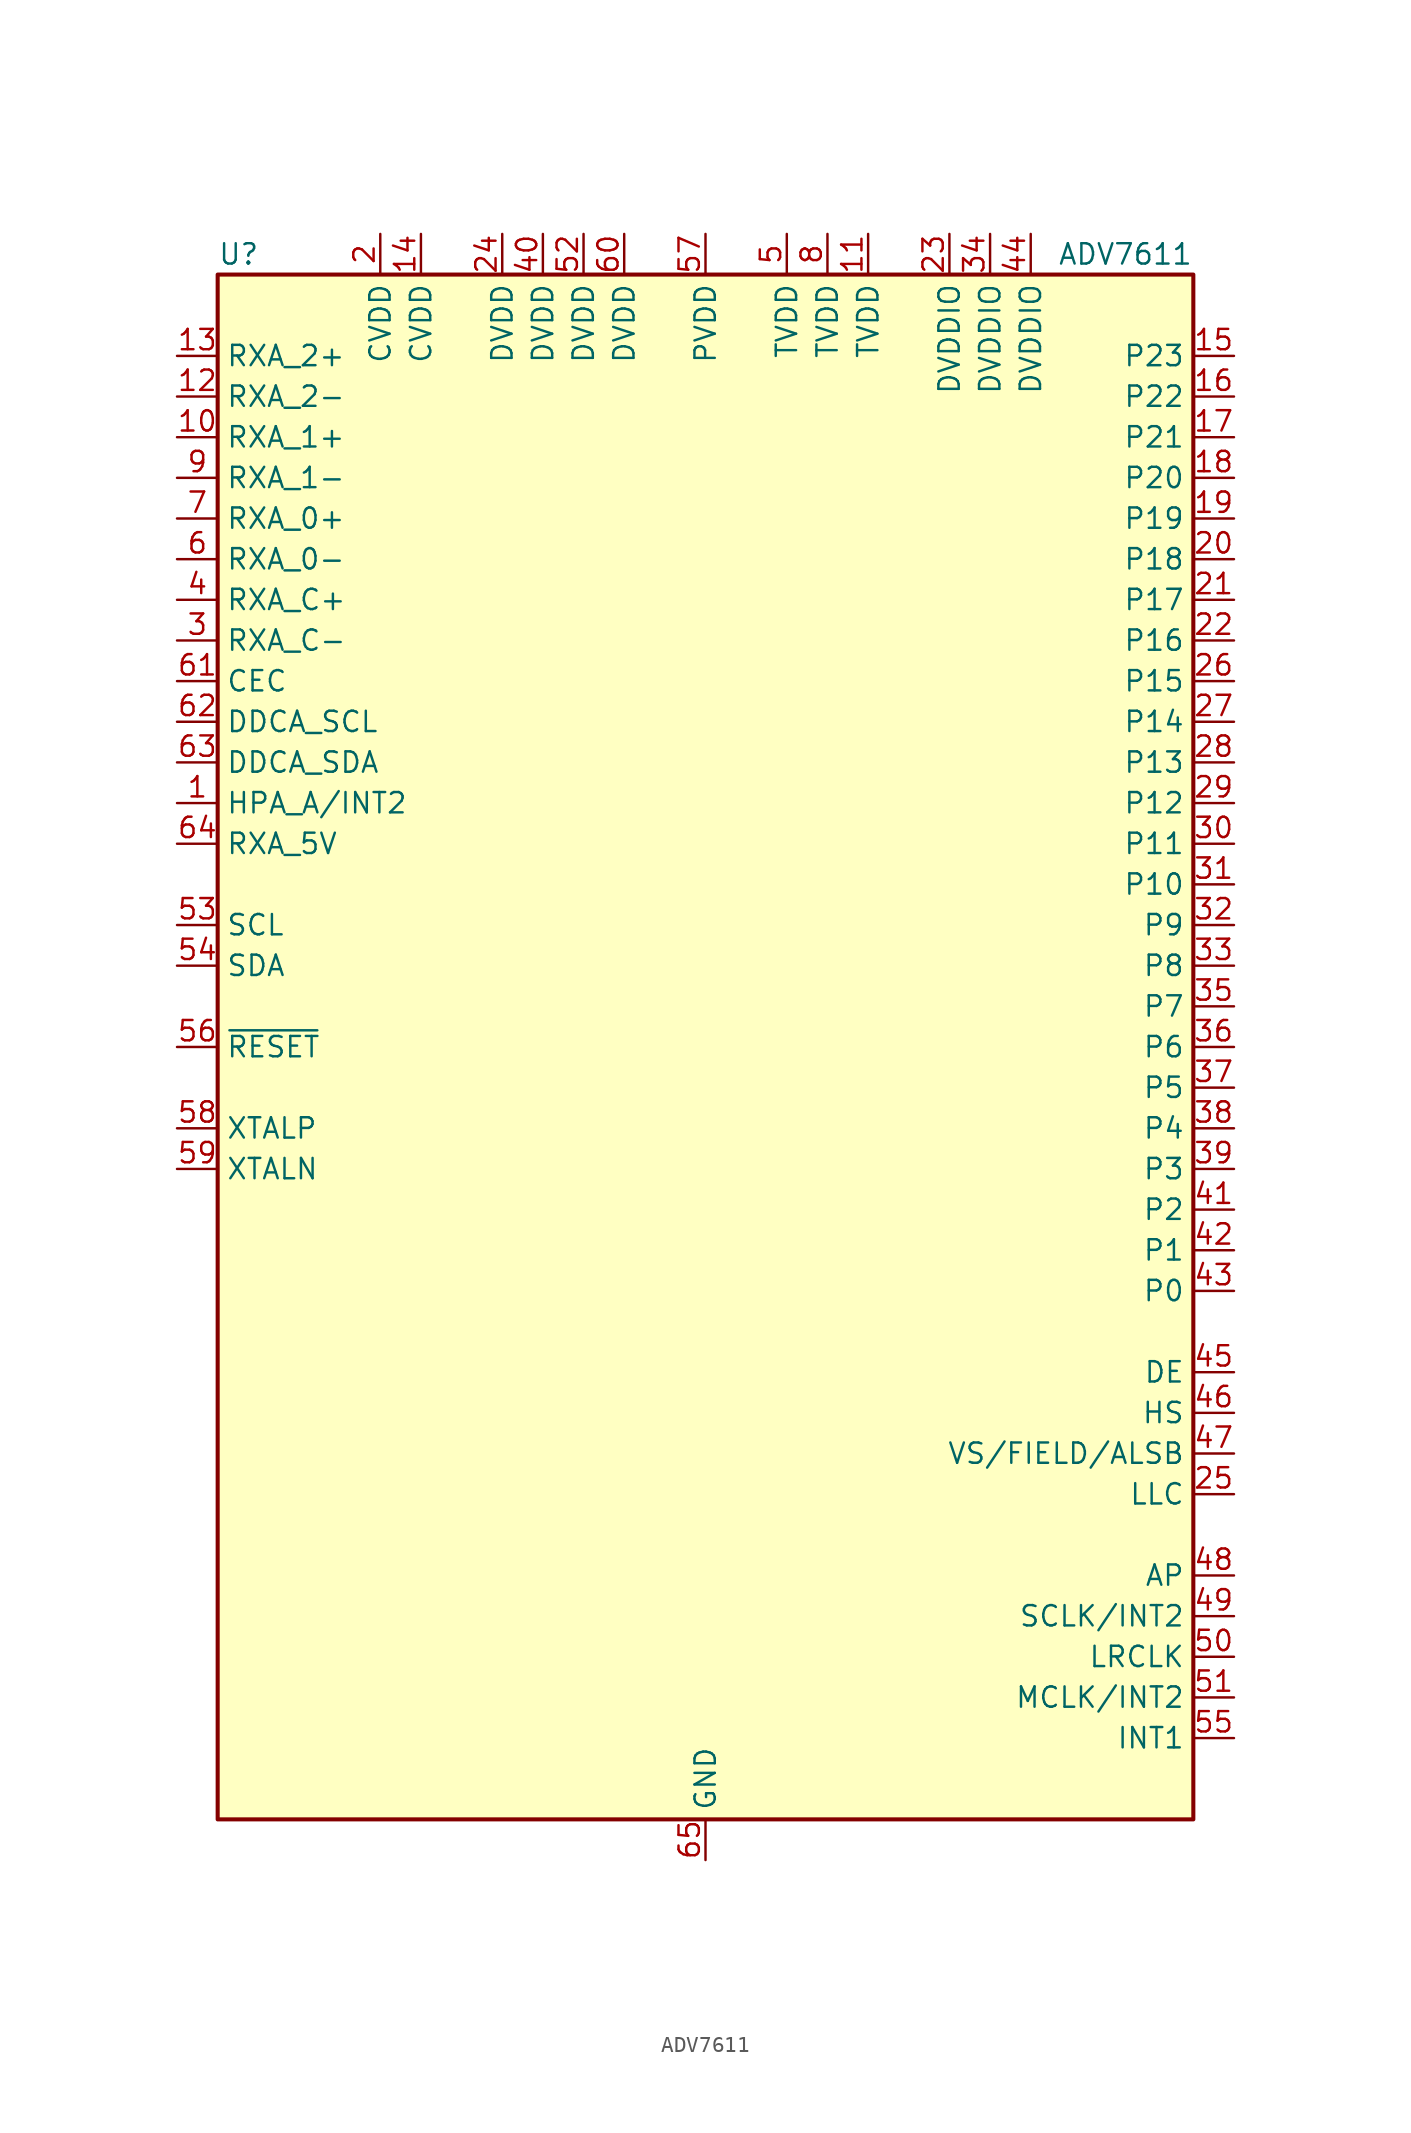
<source format=kicad_sym>
(kicad_symbol_lib
  (version 20241209)
  (generator "kicad_symbol_editor")
  (generator_version "9.0")
  (symbol "ADV7611"
    (property "Reference" "U"
      (at -30.48 49.53 0)
      (effects (font (size 1.27 1.27)) (justify left)))
    (property "Value" "ADV7611"
      (at 30.48 49.53 0)
      (effects (font (size 1.27 1.27)) (justify right)))
    (symbol "ADV7611_0_1"
      (rectangle (start -30.48 48.26) (end 30.48 -48.26) (stroke (width 0.254) (type default)) (fill (type background))))
    (symbol "ADV7611_1_1"
      (pin input line (at -33.02 43.18 0) (length 2.54) (name "RXA_2+" (effects (font (size 1.27 1.27)))) (number "13" (effects (font (size 1.27 1.27)))))
      (pin input line (at -33.02 40.64 0) (length 2.54) (name "RXA_2-" (effects (font (size 1.27 1.27)))) (number "12" (effects (font (size 1.27 1.27)))))
      (pin input line (at -33.02 38.1 0) (length 2.54) (name "RXA_1+" (effects (font (size 1.27 1.27)))) (number "10" (effects (font (size 1.27 1.27)))))
      (pin input line (at -33.02 35.56 0) (length 2.54) (name "RXA_1-" (effects (font (size 1.27 1.27)))) (number "9" (effects (font (size 1.27 1.27)))))
      (pin input line (at -33.02 33.02 0) (length 2.54) (name "RXA_0+" (effects (font (size 1.27 1.27)))) (number "7" (effects (font (size 1.27 1.27)))))
      (pin input line (at -33.02 30.48 0) (length 2.54) (name "RXA_0-" (effects (font (size 1.27 1.27)))) (number "6" (effects (font (size 1.27 1.27)))))
      (pin input line (at -33.02 27.94 0) (length 2.54) (name "RXA_C+" (effects (font (size 1.27 1.27)))) (number "4" (effects (font (size 1.27 1.27)))))
      (pin input line (at -33.02 25.4 0) (length 2.54) (name "RXA_C-" (effects (font (size 1.27 1.27)))) (number "3" (effects (font (size 1.27 1.27)))))
      (pin bidirectional line (at -33.02 22.86 0) (length 2.54) (name "CEC" (effects (font (size 1.27 1.27)))) (number "61" (effects (font (size 1.27 1.27)))))
      (pin input line (at -33.02 20.32 0) (length 2.54) (name "DDCA_SCL" (effects (font (size 1.27 1.27)))) (number "62" (effects (font (size 1.27 1.27)))))
      (pin bidirectional line (at -33.02 17.78 0) (length 2.54) (name "DDCA_SDA" (effects (font (size 1.27 1.27)))) (number "63" (effects (font (size 1.27 1.27)))))
      (pin bidirectional line (at -33.02 15.24 0) (length 2.54) (name "HPA_A/INT2" (effects (font (size 1.27 1.27)))) (number "1" (effects (font (size 1.27 1.27)))))
      (pin input line (at -33.02 12.7 0) (length 2.54) (name "RXA_5V" (effects (font (size 1.27 1.27)))) (number "64" (effects (font (size 1.27 1.27)))))
      (pin input line (at -33.02 7.62 0) (length 2.54) (name "SCL" (effects (font (size 1.27 1.27)))) (number "53" (effects (font (size 1.27 1.27)))))
      (pin bidirectional line (at -33.02 5.08 0) (length 2.54) (name "SDA" (effects (font (size 1.27 1.27)))) (number "54" (effects (font (size 1.27 1.27)))))
      (pin input line (at -33.02 0 0) (length 2.54) (name "~{RESET}" (effects (font (size 1.27 1.27)))) (number "56" (effects (font (size 1.27 1.27)))))
      (pin input line (at -33.02 -5.08 0) (length 2.54) (name "XTALP" (effects (font (size 1.27 1.27)))) (number "58" (effects (font (size 1.27 1.27)))))
      (pin input line (at -33.02 -7.62 0) (length 2.54) (name "XTALN" (effects (font (size 1.27 1.27)))) (number "59" (effects (font (size 1.27 1.27)))))
      (pin power_in line (at -20.32 50.8 270) (length 2.54) (name "CVDD" (effects (font (size 1.27 1.27)))) (number "2" (effects (font (size 1.27 1.27)))))
      (pin power_in line (at -17.78 50.8 270) (length 2.54) (name "CVDD" (effects (font (size 1.27 1.27)))) (number "14" (effects (font (size 1.27 1.27)))))
      (pin power_in line (at -12.7 50.8 270) (length 2.54) (name "DVDD" (effects (font (size 1.27 1.27)))) (number "24" (effects (font (size 1.27 1.27)))))
      (pin power_in line (at -10.16 50.8 270) (length 2.54) (name "DVDD" (effects (font (size 1.27 1.27)))) (number "40" (effects (font (size 1.27 1.27)))))
      (pin power_in line (at -7.62 50.8 270) (length 2.54) (name "DVDD" (effects (font (size 1.27 1.27)))) (number "52" (effects (font (size 1.27 1.27)))))
      (pin power_in line (at -5.08 50.8 270) (length 2.54) (name "DVDD" (effects (font (size 1.27 1.27)))) (number "60" (effects (font (size 1.27 1.27)))))
      (pin power_in line (at 0 50.8 270) (length 2.54) (name "PVDD" (effects (font (size 1.27 1.27)))) (number "57" (effects (font (size 1.27 1.27)))))
      (pin power_in line (at 0 -50.8 90) (length 2.54) (name "GND" (effects (font (size 1.27 1.27)))) (number "65" (effects (font (size 1.27 1.27)))))
      (pin power_in line (at 5.08 50.8 270) (length 2.54) (name "TVDD" (effects (font (size 1.27 1.27)))) (number "5" (effects (font (size 1.27 1.27)))))
      (pin power_in line (at 7.62 50.8 270) (length 2.54) (name "TVDD" (effects (font (size 1.27 1.27)))) (number "8" (effects (font (size 1.27 1.27)))))
      (pin power_in line (at 10.16 50.8 270) (length 2.54) (name "TVDD" (effects (font (size 1.27 1.27)))) (number "11" (effects (font (size 1.27 1.27)))))
      (pin power_in line (at 15.24 50.8 270) (length 2.54) (name "DVDDIO" (effects (font (size 1.27 1.27)))) (number "23" (effects (font (size 1.27 1.27)))))
      (pin power_in line (at 17.78 50.8 270) (length 2.54) (name "DVDDIO" (effects (font (size 1.27 1.27)))) (number "34" (effects (font (size 1.27 1.27)))))
      (pin power_in line (at 20.32 50.8 270) (length 2.54) (name "DVDDIO" (effects (font (size 1.27 1.27)))) (number "44" (effects (font (size 1.27 1.27)))))
      (pin output line (at 33.02 43.18 180) (length 2.54) (name "P23" (effects (font (size 1.27 1.27)))) (number "15" (effects (font (size 1.27 1.27)))))
      (pin output line (at 33.02 40.64 180) (length 2.54) (name "P22" (effects (font (size 1.27 1.27)))) (number "16" (effects (font (size 1.27 1.27)))))
      (pin output line (at 33.02 38.1 180) (length 2.54) (name "P21" (effects (font (size 1.27 1.27)))) (number "17" (effects (font (size 1.27 1.27)))))
      (pin output line (at 33.02 35.56 180) (length 2.54) (name "P20" (effects (font (size 1.27 1.27)))) (number "18" (effects (font (size 1.27 1.27)))))
      (pin output line (at 33.02 33.02 180) (length 2.54) (name "P19" (effects (font (size 1.27 1.27)))) (number "19" (effects (font (size 1.27 1.27)))))
      (pin output line (at 33.02 30.48 180) (length 2.54) (name "P18" (effects (font (size 1.27 1.27)))) (number "20" (effects (font (size 1.27 1.27)))))
      (pin output line (at 33.02 27.94 180) (length 2.54) (name "P17" (effects (font (size 1.27 1.27)))) (number "21" (effects (font (size 1.27 1.27)))))
      (pin output line (at 33.02 25.4 180) (length 2.54) (name "P16" (effects (font (size 1.27 1.27)))) (number "22" (effects (font (size 1.27 1.27)))))
      (pin output line (at 33.02 22.86 180) (length 2.54) (name "P15" (effects (font (size 1.27 1.27)))) (number "26" (effects (font (size 1.27 1.27)))))
      (pin output line (at 33.02 20.32 180) (length 2.54) (name "P14" (effects (font (size 1.27 1.27)))) (number "27" (effects (font (size 1.27 1.27)))))
      (pin output line (at 33.02 17.78 180) (length 2.54) (name "P13" (effects (font (size 1.27 1.27)))) (number "28" (effects (font (size 1.27 1.27)))))
      (pin output line (at 33.02 15.24 180) (length 2.54) (name "P12" (effects (font (size 1.27 1.27)))) (number "29" (effects (font (size 1.27 1.27)))))
      (pin output line (at 33.02 12.7 180) (length 2.54) (name "P11" (effects (font (size 1.27 1.27)))) (number "30" (effects (font (size 1.27 1.27)))))
      (pin output line (at 33.02 10.16 180) (length 2.54) (name "P10" (effects (font (size 1.27 1.27)))) (number "31" (effects (font (size 1.27 1.27)))))
      (pin output line (at 33.02 7.62 180) (length 2.54) (name "P9" (effects (font (size 1.27 1.27)))) (number "32" (effects (font (size 1.27 1.27)))))
      (pin output line (at 33.02 5.08 180) (length 2.54) (name "P8" (effects (font (size 1.27 1.27)))) (number "33" (effects (font (size 1.27 1.27)))))
      (pin output line (at 33.02 2.54 180) (length 2.54) (name "P7" (effects (font (size 1.27 1.27)))) (number "35" (effects (font (size 1.27 1.27)))))
      (pin output line (at 33.02 0 180) (length 2.54) (name "P6" (effects (font (size 1.27 1.27)))) (number "36" (effects (font (size 1.27 1.27)))))
      (pin output line (at 33.02 -2.54 180) (length 2.54) (name "P5" (effects (font (size 1.27 1.27)))) (number "37" (effects (font (size 1.27 1.27)))))
      (pin output line (at 33.02 -5.08 180) (length 2.54) (name "P4" (effects (font (size 1.27 1.27)))) (number "38" (effects (font (size 1.27 1.27)))))
      (pin output line (at 33.02 -7.62 180) (length 2.54) (name "P3" (effects (font (size 1.27 1.27)))) (number "39" (effects (font (size 1.27 1.27)))))
      (pin output line (at 33.02 -10.16 180) (length 2.54) (name "P2" (effects (font (size 1.27 1.27)))) (number "41" (effects (font (size 1.27 1.27)))))
      (pin output line (at 33.02 -12.7 180) (length 2.54) (name "P1" (effects (font (size 1.27 1.27)))) (number "42" (effects (font (size 1.27 1.27)))))
      (pin output line (at 33.02 -15.24 180) (length 2.54) (name "P0" (effects (font (size 1.27 1.27)))) (number "43" (effects (font (size 1.27 1.27)))))
      (pin output line (at 33.02 -20.32 180) (length 2.54) (name "DE" (effects (font (size 1.27 1.27)))) (number "45" (effects (font (size 1.27 1.27)))))
      (pin output line (at 33.02 -22.86 180) (length 2.54) (name "HS" (effects (font (size 1.27 1.27)))) (number "46" (effects (font (size 1.27 1.27)))))
      (pin bidirectional line (at 33.02 -25.4 180) (length 2.54) (name "VS/FIELD/ALSB" (effects (font (size 1.27 1.27)))) (number "47" (effects (font (size 1.27 1.27)))))
      (pin output line (at 33.02 -27.94 180) (length 2.54) (name "LLC" (effects (font (size 1.27 1.27)))) (number "25" (effects (font (size 1.27 1.27)))))
      (pin output line (at 33.02 -33.02 180) (length 2.54) (name "AP" (effects (font (size 1.27 1.27)))) (number "48" (effects (font (size 1.27 1.27)))))
      (pin output line (at 33.02 -35.56 180) (length 2.54) (name "SCLK/INT2" (effects (font (size 1.27 1.27)))) (number "49" (effects (font (size 1.27 1.27)))))
      (pin output line (at 33.02 -38.1 180) (length 2.54) (name "LRCLK" (effects (font (size 1.27 1.27)))) (number "50" (effects (font (size 1.27 1.27)))))
      (pin output line (at 33.02 -40.64 180) (length 2.54) (name "MCLK/INT2" (effects (font (size 1.27 1.27)))) (number "51" (effects (font (size 1.27 1.27)))))
      (pin output line (at 33.02 -43.18 180) (length 2.54) (name "INT1" (effects (font (size 1.27 1.27)))) (number "55" (effects (font (size 1.27 1.27))))))))
</source>
